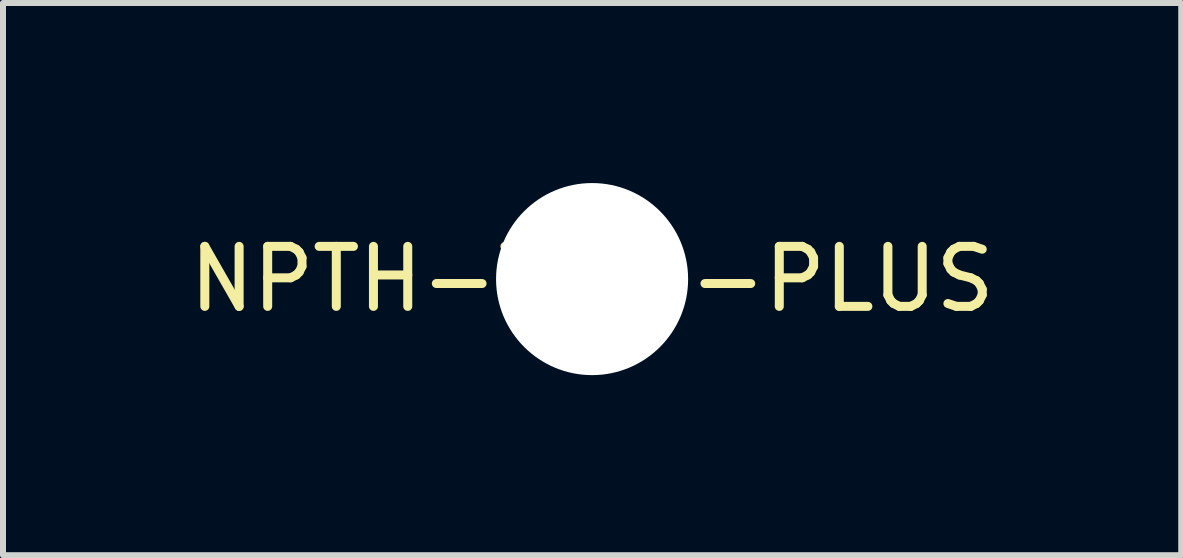
<source format=kicad_pcb>
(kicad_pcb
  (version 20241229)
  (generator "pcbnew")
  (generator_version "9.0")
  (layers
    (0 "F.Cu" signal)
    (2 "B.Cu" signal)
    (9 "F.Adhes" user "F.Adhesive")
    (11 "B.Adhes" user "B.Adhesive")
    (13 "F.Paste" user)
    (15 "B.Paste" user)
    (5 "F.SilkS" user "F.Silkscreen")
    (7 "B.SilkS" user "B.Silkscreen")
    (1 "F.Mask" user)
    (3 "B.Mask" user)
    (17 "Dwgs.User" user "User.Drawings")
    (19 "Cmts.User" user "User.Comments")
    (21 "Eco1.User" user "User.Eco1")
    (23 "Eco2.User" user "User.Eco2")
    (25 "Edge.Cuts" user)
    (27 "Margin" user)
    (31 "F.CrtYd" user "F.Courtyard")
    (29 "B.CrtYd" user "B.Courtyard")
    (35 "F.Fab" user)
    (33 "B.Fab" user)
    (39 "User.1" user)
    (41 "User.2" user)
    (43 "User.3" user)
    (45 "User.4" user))
  (footprint "NPTH-3MM-PLUS"
    (layer "F.Cu")
    (at 6.815 1.6)
    (property "Reference" "NPTH-3MM-PLUS" (at 0 0 0) (layer "F.SilkS") (effects (font (size 1 1) (thickness 0.15))))
    (attr through_hole)
    (pad "" np_thru_hole circle (at 0 0) (size 3.2 3.2) (drill 3.2) (layers "*.Cu" "*.Mask")))
  (gr_rect
    (start -3 -3)
    (end 16.631 6.2)
    (stroke (width 0.1) (type default))
    (fill no)
    (layer "Edge.Cuts")))
</source>
